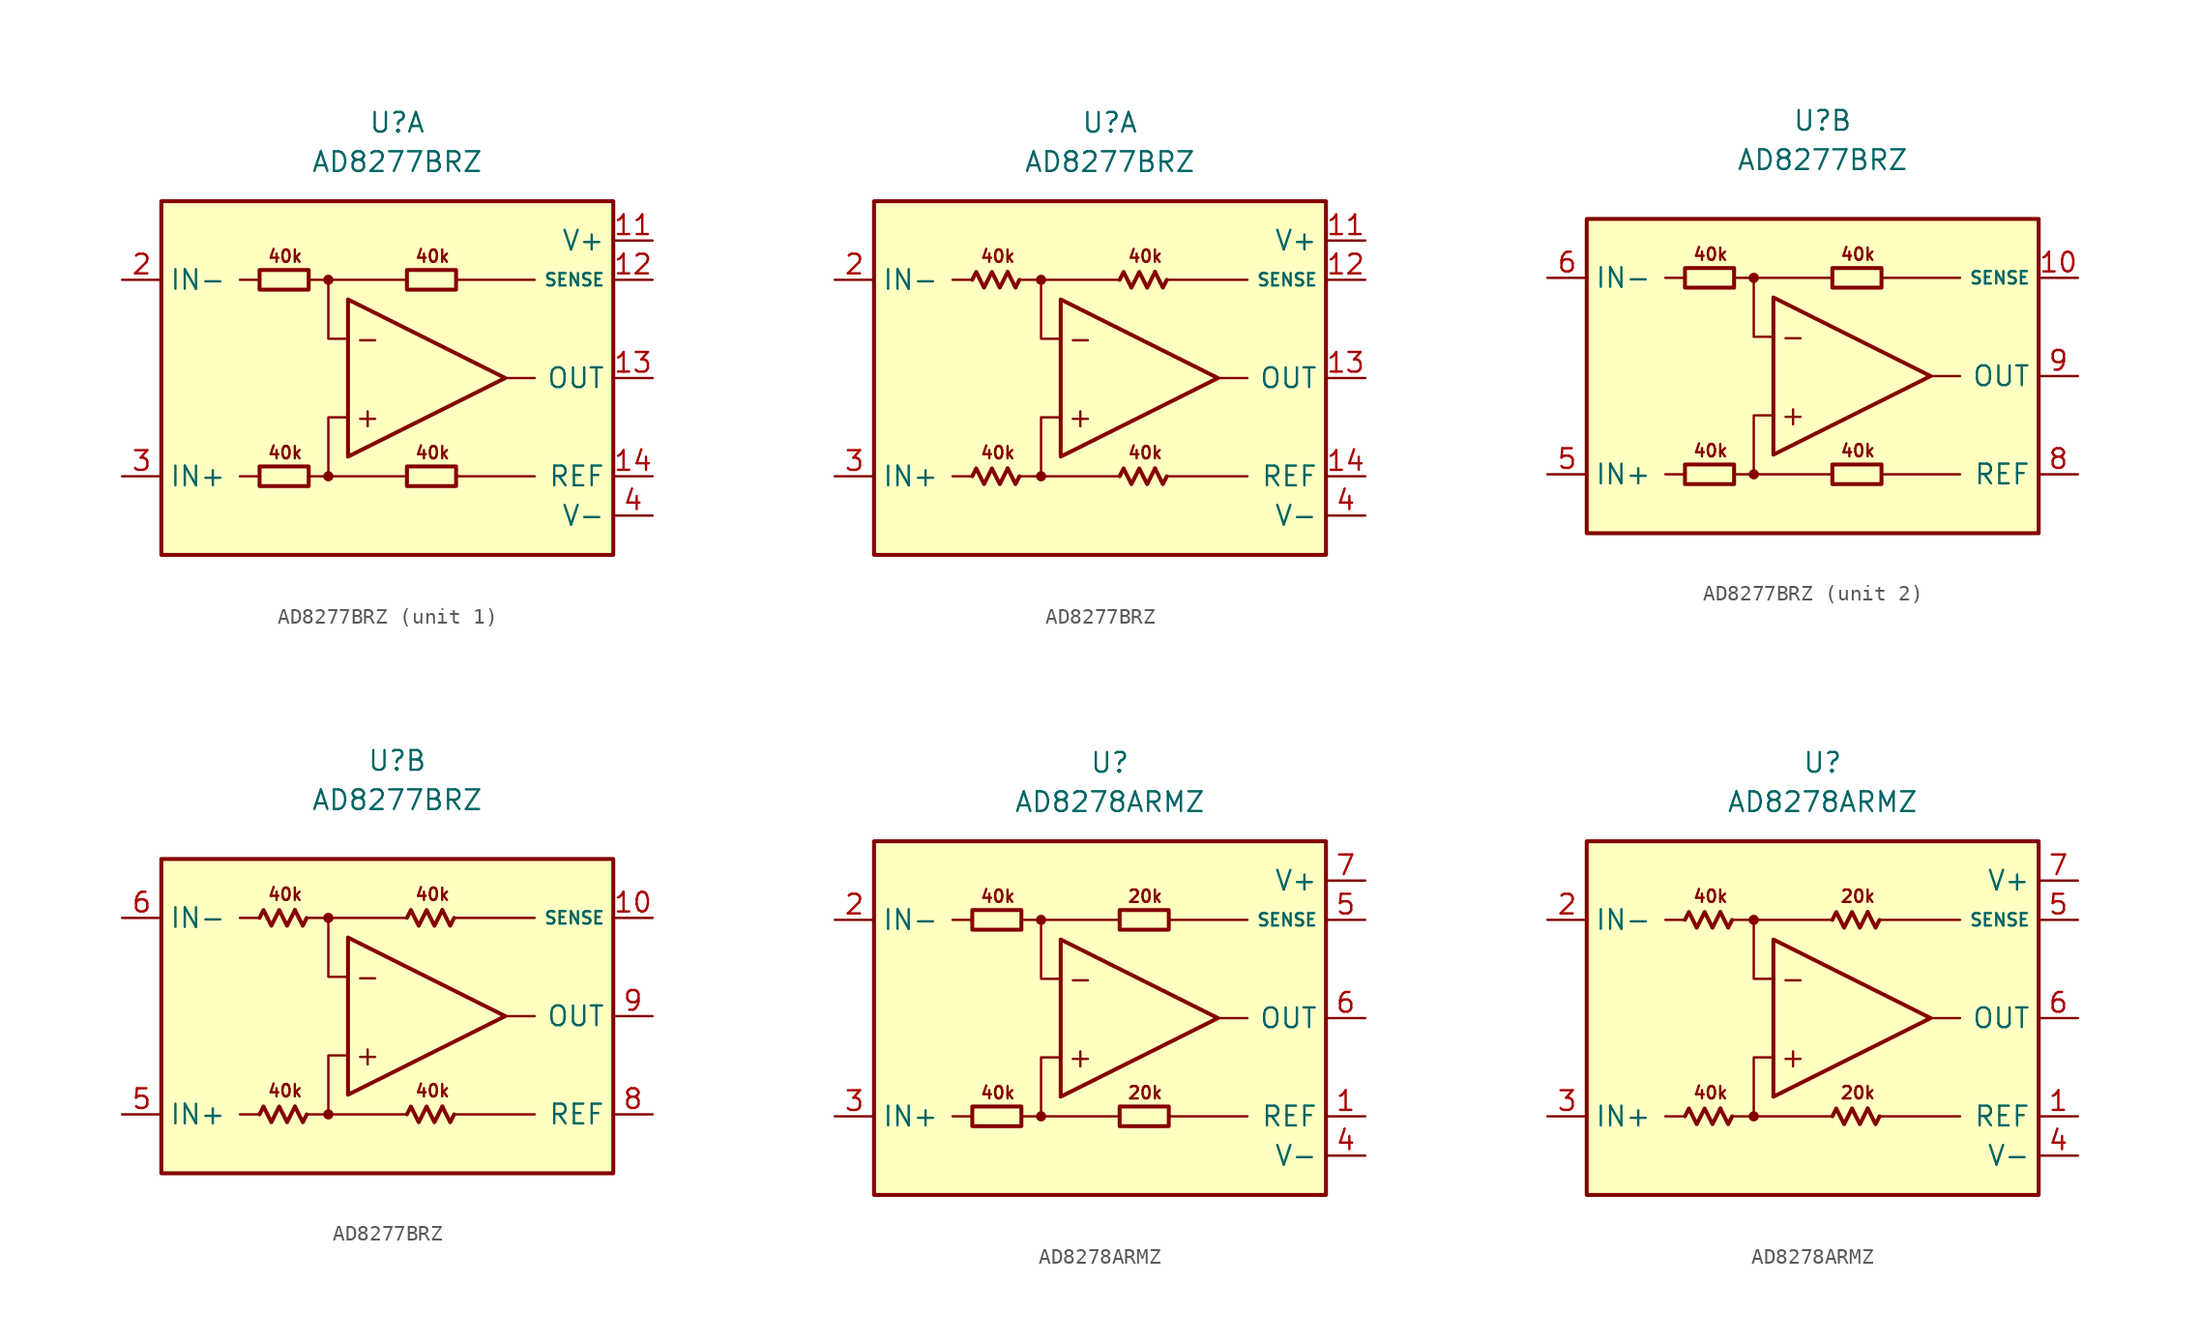
<source format=kicad_sym>
(kicad_symbol_lib
  (version 20231120)
  (generator "kicad_symbol_editor")
  (generator_version "8.0")
  (symbol "AD8277BRZ"
    (property "Reference" "U"
      (at 0 16.51 0)
      (effects (font (size 1.27 1.27))))
    (property "Value" "AD8277BRZ"
      (at 0 13.97 0)
      (effects (font (size 1.27 1.27))))
    (property "ki_locked" ""
      (at 0 0 0)
      (effects (font (size 1.27 1.27))))
    (symbol "AD8277BRZ_0_0"
      (circle (center -4.445 -6.35) (radius 0.254) (stroke (width 0.152) (type default)) (fill (type outline)))
      (circle (center -4.445 6.35) (radius 0.254) (stroke (width 0.152) (type default)) (fill (type outline)))
      (polyline (pts (xy -8.89 -6.35) (xy -10.16 -6.35)) (stroke (width 0.152) (type default)) (fill (type none)))
      (polyline (pts (xy -8.89 6.35) (xy -10.16 6.35)) (stroke (width 0.152) (type default)) (fill (type none)))
      (polyline (pts (xy -4.445 6.35) (xy 0.635 6.35)) (stroke (width 0.152) (type default)) (fill (type none)))
      (polyline (pts (xy 0.635 -6.35) (xy -4.445 -6.35)) (stroke (width 0.152) (type default)) (fill (type none)))
      (polyline (pts (xy 3.81 -6.35) (xy 8.89 -6.35)) (stroke (width 0.152) (type default)) (fill (type none)))
      (polyline (pts (xy 3.81 6.35) (xy 8.89 6.35)) (stroke (width 0.152) (type default)) (fill (type none)))
      (polyline (pts (xy 6.985 0) (xy 8.89 0)) (stroke (width 0.152) (type default)) (fill (type none)))
      (polyline (pts (xy -5.715 -6.35) (xy -4.445 -6.35) (xy -4.445 -2.54) (xy -3.175 -2.54)) (stroke (width 0.152) (type default)) (fill (type none)))
      (polyline (pts (xy -3.175 2.54) (xy -4.445 2.54) (xy -4.445 6.35) (xy -5.715 6.35)) (stroke (width 0.152) (type default)) (fill (type none)))
      (polyline (pts (xy -3.175 5.08) (xy -3.175 -5.08) (xy 6.985 0) (xy -3.175 5.08)) (stroke (width 0.254) (type default)) (fill (type none)))
      (text "+" (at -1.905 -2.54 0) (effects (font (size 1.27 1.27))))
      (text "-" (at -1.905 2.54 0) (effects (font (size 1.27 1.27))))
      (text "40k" (at -7.239 -4.826 0) (effects (font (size 0.8 0.8))))
      (text "40k" (at -7.239 7.874 0) (effects (font (size 0.8 0.8))))
      (text "40k" (at 2.286 -4.826 0) (effects (font (size 0.8 0.8))))
      (text "40k" (at 2.286 7.874 0) (effects (font (size 0.8 0.8)))))
    (symbol "AD8277BRZ_0_1"
      (rectangle (start -8.89 -5.715) (end -5.715 -6.985) (stroke (width 0.254) (type default)) (fill (type none)))
      (rectangle (start -8.89 6.985) (end -5.715 5.715) (stroke (width 0.254) (type default)) (fill (type none)))
      (rectangle (start 0.635 -5.715) (end 3.81 -6.985) (stroke (width 0.254) (type default)) (fill (type none)))
      (rectangle (start 0.635 6.985) (end 3.81 5.715) (stroke (width 0.254) (type default)) (fill (type none))))
    (symbol "AD8277BRZ_0_2"
      (polyline (pts (xy -6.604 -5.842) (xy -6.096 -6.858) (xy -5.842 -6.35)) (stroke (width 0.254) (type default)) (fill (type none)))
      (polyline (pts (xy -6.604 6.858) (xy -6.096 5.842) (xy -5.842 6.35)) (stroke (width 0.254) (type default)) (fill (type none)))
      (polyline (pts (xy 2.921 -5.842) (xy 3.429 -6.858) (xy 3.683 -6.35)) (stroke (width 0.254) (type default)) (fill (type none)))
      (polyline (pts (xy 2.921 6.858) (xy 3.429 5.842) (xy 3.683 6.35)) (stroke (width 0.254) (type default)) (fill (type none)))
      (polyline (pts (xy -8.89 -6.35) (xy -8.636 -5.842) (xy -8.128 -6.858) (xy -7.62 -5.842) (xy -7.112 -6.858) (xy -6.604 -5.842)) (stroke (width 0.254) (type default)) (fill (type none)))
      (polyline (pts (xy -8.89 6.35) (xy -8.636 6.858) (xy -8.128 5.842) (xy -7.62 6.858) (xy -7.112 5.842) (xy -6.604 6.858)) (stroke (width 0.254) (type default)) (fill (type none)))
      (polyline (pts (xy 0.635 -6.35) (xy 0.889 -5.842) (xy 1.397 -6.858) (xy 1.905 -5.842) (xy 2.413 -6.858) (xy 2.921 -5.842)) (stroke (width 0.254) (type default)) (fill (type none)))
      (polyline (pts (xy 0.635 6.35) (xy 0.889 6.858) (xy 1.397 5.842) (xy 1.905 6.858) (xy 2.413 5.842) (xy 2.921 6.858)) (stroke (width 0.254) (type default)) (fill (type none))))
    (symbol "AD8277BRZ_1_0"
      (rectangle (start -15.24 11.43) (end 13.97 -11.43) (stroke (width 0.254) (type default)) (fill (type background))))
    (symbol "AD8277BRZ_1_1"
      (pin free line (at -12.7 1.27 0) (length 2.54) hide (name "NC" (effects (font (size 1.27 1.27)))) (number "1" (effects (font (size 1.27 1.27)))))
      (pin power_in line (at 16.51 8.89 180) (length 2.54) (name "V+" (effects (font (size 1.27 1.27)))) (number "11" (effects (font (size 1.27 1.27)))))
      (pin input line (at 16.51 6.35 180) (length 2.54) (name "SENSE" (effects (font (size 0.8 0.8)))) (number "12" (effects (font (size 1.27 1.27)))))
      (pin output line (at 16.51 0 180) (length 2.54) (name "OUT" (effects (font (size 1.27 1.27)))) (number "13" (effects (font (size 1.27 1.27)))))
      (pin input line (at 16.51 -6.35 180) (length 2.54) (name "REF" (effects (font (size 1.27 1.27)))) (number "14" (effects (font (size 1.27 1.27)))))
      (pin input line (at -17.78 6.35 0) (length 2.54) (name "IN-" (effects (font (size 1.27 1.27)))) (number "2" (effects (font (size 1.27 1.27)))))
      (pin input line (at -17.78 -6.35 0) (length 2.54) (name "IN+" (effects (font (size 1.27 1.27)))) (number "3" (effects (font (size 1.27 1.27)))))
      (pin power_in line (at 16.51 -8.89 180) (length 2.54) (name "V-" (effects (font (size 1.27 1.27)))) (number "4" (effects (font (size 1.27 1.27)))))
      (pin free line (at -12.7 -1.27 0) (length 2.54) hide (name "NC" (effects (font (size 1.27 1.27)))) (number "7" (effects (font (size 1.27 1.27))))))
    (symbol "AD8277BRZ_1_2"
      (pin free line (at -12.7 1.27 0) (length 2.54) hide (name "NC" (effects (font (size 1.27 1.27)))) (number "1" (effects (font (size 1.27 1.27)))))
      (pin power_in line (at 16.51 8.89 180) (length 2.54) (name "V+" (effects (font (size 1.27 1.27)))) (number "11" (effects (font (size 1.27 1.27)))))
      (pin input line (at 16.51 6.35 180) (length 2.54) (name "SENSE" (effects (font (size 0.8 0.8)))) (number "12" (effects (font (size 1.27 1.27)))))
      (pin output line (at 16.51 0 180) (length 2.54) (name "OUT" (effects (font (size 1.27 1.27)))) (number "13" (effects (font (size 1.27 1.27)))))
      (pin input line (at 16.51 -6.35 180) (length 2.54) (name "REF" (effects (font (size 1.27 1.27)))) (number "14" (effects (font (size 1.27 1.27)))))
      (pin input line (at -17.78 6.35 0) (length 2.54) (name "IN-" (effects (font (size 1.27 1.27)))) (number "2" (effects (font (size 1.27 1.27)))))
      (pin input line (at -17.78 -6.35 0) (length 2.54) (name "IN+" (effects (font (size 1.27 1.27)))) (number "3" (effects (font (size 1.27 1.27)))))
      (pin power_in line (at 16.51 -8.89 180) (length 2.54) (name "V-" (effects (font (size 1.27 1.27)))) (number "4" (effects (font (size 1.27 1.27)))))
      (pin free line (at -12.7 -1.27 0) (length 2.54) hide (name "NC" (effects (font (size 1.27 1.27)))) (number "7" (effects (font (size 1.27 1.27))))))
    (symbol "AD8277BRZ_2_0"
      (rectangle (start -15.24 10.16) (end 13.97 -10.16) (stroke (width 0.254) (type default)) (fill (type background))))
    (symbol "AD8277BRZ_2_1"
      (pin input line (at 16.51 6.35 180) (length 2.54) (name "SENSE" (effects (font (size 0.8 0.8)))) (number "10" (effects (font (size 1.27 1.27)))))
      (pin input line (at -17.78 -6.35 0) (length 2.54) (name "IN+" (effects (font (size 1.27 1.27)))) (number "5" (effects (font (size 1.27 1.27)))))
      (pin input line (at -17.78 6.35 0) (length 2.54) (name "IN-" (effects (font (size 1.27 1.27)))) (number "6" (effects (font (size 1.27 1.27)))))
      (pin input line (at 16.51 -6.35 180) (length 2.54) (name "REF" (effects (font (size 1.27 1.27)))) (number "8" (effects (font (size 1.27 1.27)))))
      (pin output line (at 16.51 0 180) (length 2.54) (name "OUT" (effects (font (size 1.27 1.27)))) (number "9" (effects (font (size 1.27 1.27))))))
    (symbol "AD8277BRZ_2_2"
      (pin input line (at 16.51 6.35 180) (length 2.54) (name "SENSE" (effects (font (size 0.8 0.8)))) (number "10" (effects (font (size 1.27 1.27)))))
      (pin input line (at -17.78 -6.35 0) (length 2.54) (name "IN+" (effects (font (size 1.27 1.27)))) (number "5" (effects (font (size 1.27 1.27)))))
      (pin input line (at -17.78 6.35 0) (length 2.54) (name "IN-" (effects (font (size 1.27 1.27)))) (number "6" (effects (font (size 1.27 1.27)))))
      (pin input line (at 16.51 -6.35 180) (length 2.54) (name "REF" (effects (font (size 1.27 1.27)))) (number "8" (effects (font (size 1.27 1.27)))))
      (pin output line (at 16.51 0 180) (length 2.54) (name "OUT" (effects (font (size 1.27 1.27)))) (number "9" (effects (font (size 1.27 1.27)))))))
  (symbol "AD8278ARMZ"
    (property "Reference" "U"
      (at 0 16.51 0)
      (effects (font (size 1.27 1.27))))
    (property "Value" "AD8278ARMZ"
      (at 0 13.97 0)
      (effects (font (size 1.27 1.27))))
    (symbol "AD8278ARMZ_0_0"
      (rectangle (start -15.24 11.43) (end 13.97 -11.43) (stroke (width 0.254) (type default)) (fill (type background)))
      (circle (center -4.445 -6.35) (radius 0.254) (stroke (width 0.152) (type default)) (fill (type outline)))
      (circle (center -4.445 6.35) (radius 0.254) (stroke (width 0.152) (type default)) (fill (type outline)))
      (polyline (pts (xy -8.89 -6.35) (xy -10.16 -6.35)) (stroke (width 0.152) (type default)) (fill (type none)))
      (polyline (pts (xy -8.89 6.35) (xy -10.16 6.35)) (stroke (width 0.152) (type default)) (fill (type none)))
      (polyline (pts (xy -4.445 6.35) (xy 0.635 6.35)) (stroke (width 0.152) (type default)) (fill (type none)))
      (polyline (pts (xy 0.635 -6.35) (xy -4.445 -6.35)) (stroke (width 0.152) (type default)) (fill (type none)))
      (polyline (pts (xy 3.81 -6.35) (xy 8.89 -6.35)) (stroke (width 0.152) (type default)) (fill (type none)))
      (polyline (pts (xy 3.81 6.35) (xy 8.89 6.35)) (stroke (width 0.152) (type default)) (fill (type none)))
      (polyline (pts (xy 6.985 0) (xy 8.89 0)) (stroke (width 0.152) (type default)) (fill (type none)))
      (polyline (pts (xy -5.715 -6.35) (xy -4.445 -6.35) (xy -4.445 -2.54) (xy -3.175 -2.54)) (stroke (width 0.152) (type default)) (fill (type none)))
      (polyline (pts (xy -3.175 2.54) (xy -4.445 2.54) (xy -4.445 6.35) (xy -5.715 6.35)) (stroke (width 0.152) (type default)) (fill (type none)))
      (polyline (pts (xy -3.175 5.08) (xy -3.175 -5.08) (xy 6.985 0) (xy -3.175 5.08)) (stroke (width 0.254) (type default)) (fill (type none)))
      (text "+" (at -1.905 -2.54 0) (effects (font (size 1.27 1.27))))
      (text "-" (at -1.905 2.54 0) (effects (font (size 1.27 1.27))))
      (text "20k" (at 2.286 -4.826 0) (effects (font (size 0.8 0.8))))
      (text "20k" (at 2.286 7.874 0) (effects (font (size 0.8 0.8))))
      (text "40k" (at -7.239 -4.826 0) (effects (font (size 0.8 0.8))))
      (text "40k" (at -7.239 7.874 0) (effects (font (size 0.8 0.8)))))
    (symbol "AD8278ARMZ_0_1"
      (rectangle (start -8.89 -5.715) (end -5.715 -6.985) (stroke (width 0.254) (type default)) (fill (type none)))
      (rectangle (start -8.89 6.985) (end -5.715 5.715) (stroke (width 0.254) (type default)) (fill (type none)))
      (rectangle (start 0.635 -5.715) (end 3.81 -6.985) (stroke (width 0.254) (type default)) (fill (type none)))
      (rectangle (start 0.635 6.985) (end 3.81 5.715) (stroke (width 0.254) (type default)) (fill (type none))))
    (symbol "AD8278ARMZ_0_2"
      (polyline (pts (xy -6.604 -5.842) (xy -6.096 -6.858) (xy -5.842 -6.35)) (stroke (width 0.254) (type default)) (fill (type none)))
      (polyline (pts (xy -6.604 6.858) (xy -6.096 5.842) (xy -5.842 6.35)) (stroke (width 0.254) (type default)) (fill (type none)))
      (polyline (pts (xy 2.921 -5.842) (xy 3.429 -6.858) (xy 3.683 -6.35)) (stroke (width 0.254) (type default)) (fill (type none)))
      (polyline (pts (xy 2.921 6.858) (xy 3.429 5.842) (xy 3.683 6.35)) (stroke (width 0.254) (type default)) (fill (type none)))
      (polyline (pts (xy -8.89 -6.35) (xy -8.636 -5.842) (xy -8.128 -6.858) (xy -7.62 -5.842) (xy -7.112 -6.858) (xy -6.604 -5.842)) (stroke (width 0.254) (type default)) (fill (type none)))
      (polyline (pts (xy -8.89 6.35) (xy -8.636 6.858) (xy -8.128 5.842) (xy -7.62 6.858) (xy -7.112 5.842) (xy -6.604 6.858)) (stroke (width 0.254) (type default)) (fill (type none)))
      (polyline (pts (xy 0.635 -6.35) (xy 0.889 -5.842) (xy 1.397 -6.858) (xy 1.905 -5.842) (xy 2.413 -6.858) (xy 2.921 -5.842)) (stroke (width 0.254) (type default)) (fill (type none)))
      (polyline (pts (xy 0.635 6.35) (xy 0.889 6.858) (xy 1.397 5.842) (xy 1.905 6.858) (xy 2.413 5.842) (xy 2.921 6.858)) (stroke (width 0.254) (type default)) (fill (type none))))
    (symbol "AD8278ARMZ_1_1"
      (pin input line (at 16.51 -6.35 180) (length 2.54) (name "REF" (effects (font (size 1.27 1.27)))) (number "1" (effects (font (size 1.27 1.27)))))
      (pin input line (at -17.78 6.35 0) (length 2.54) (name "IN-" (effects (font (size 1.27 1.27)))) (number "2" (effects (font (size 1.27 1.27)))))
      (pin input line (at -17.78 -6.35 0) (length 2.54) (name "IN+" (effects (font (size 1.27 1.27)))) (number "3" (effects (font (size 1.27 1.27)))))
      (pin power_in line (at 16.51 -8.89 180) (length 2.54) (name "V-" (effects (font (size 1.27 1.27)))) (number "4" (effects (font (size 1.27 1.27)))))
      (pin input line (at 16.51 6.35 180) (length 2.54) (name "SENSE" (effects (font (size 0.8 0.8)))) (number "5" (effects (font (size 1.27 1.27)))))
      (pin output line (at 16.51 0 180) (length 2.54) (name "OUT" (effects (font (size 1.27 1.27)))) (number "6" (effects (font (size 1.27 1.27)))))
      (pin power_in line (at 16.51 8.89 180) (length 2.54) (name "V+" (effects (font (size 1.27 1.27)))) (number "7" (effects (font (size 1.27 1.27)))))
      (pin free line (at -10.16 0 0) (length 2.54) hide (name "NC" (effects (font (size 1.27 1.27)))) (number "8" (effects (font (size 1.27 1.27))))))
    (symbol "AD8278ARMZ_1_2"
      (pin input line (at 16.51 -6.35 180) (length 2.54) (name "REF" (effects (font (size 1.27 1.27)))) (number "1" (effects (font (size 1.27 1.27)))))
      (pin input line (at -17.78 6.35 0) (length 2.54) (name "IN-" (effects (font (size 1.27 1.27)))) (number "2" (effects (font (size 1.27 1.27)))))
      (pin input line (at -17.78 -6.35 0) (length 2.54) (name "IN+" (effects (font (size 1.27 1.27)))) (number "3" (effects (font (size 1.27 1.27)))))
      (pin power_in line (at 16.51 -8.89 180) (length 2.54) (name "V-" (effects (font (size 1.27 1.27)))) (number "4" (effects (font (size 1.27 1.27)))))
      (pin input line (at 16.51 6.35 180) (length 2.54) (name "SENSE" (effects (font (size 0.8 0.8)))) (number "5" (effects (font (size 1.27 1.27)))))
      (pin output line (at 16.51 0 180) (length 2.54) (name "OUT" (effects (font (size 1.27 1.27)))) (number "6" (effects (font (size 1.27 1.27)))))
      (pin power_in line (at 16.51 8.89 180) (length 2.54) (name "V+" (effects (font (size 1.27 1.27)))) (number "7" (effects (font (size 1.27 1.27)))))
      (pin free line (at -10.16 0 0) (length 2.54) hide (name "NC" (effects (font (size 1.27 1.27)))) (number "8" (effects (font (size 1.27 1.27))))))))
</source>
